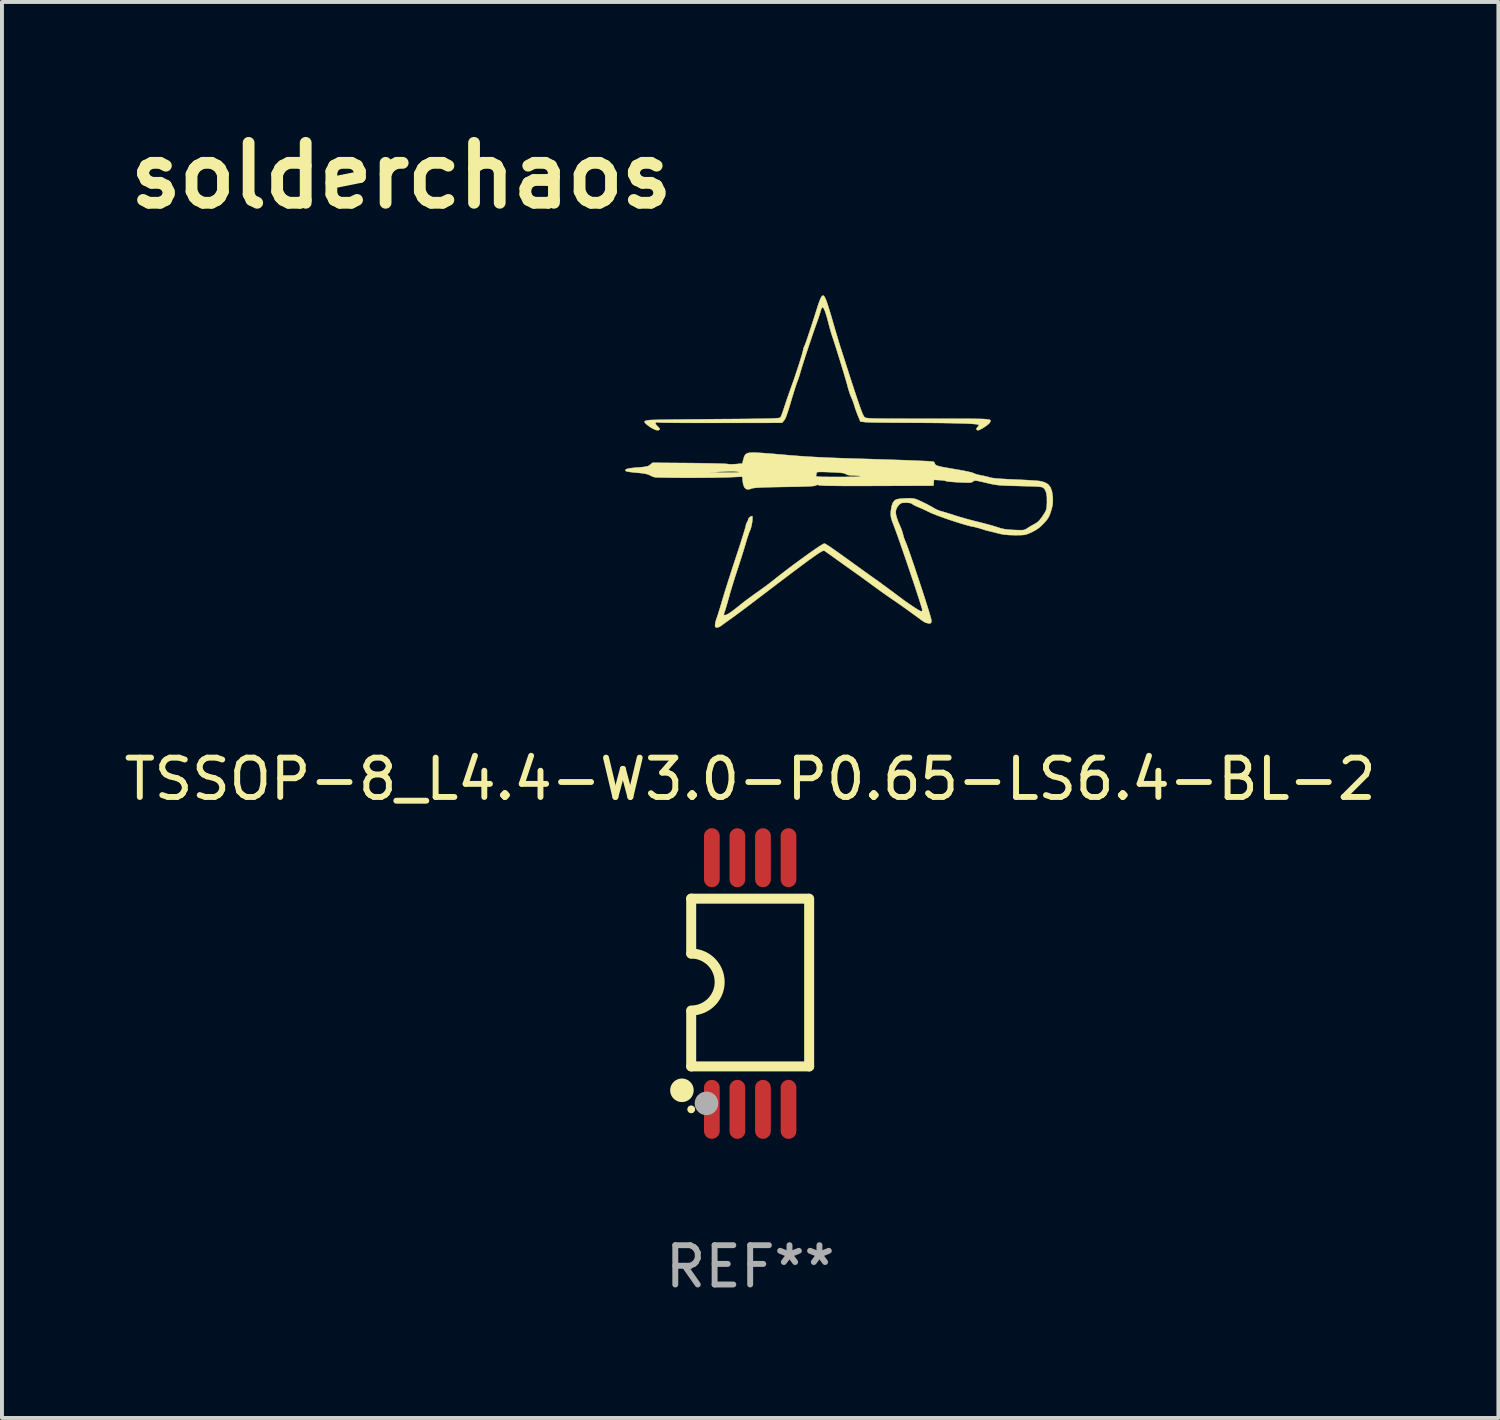
<source format=kicad_pcb>
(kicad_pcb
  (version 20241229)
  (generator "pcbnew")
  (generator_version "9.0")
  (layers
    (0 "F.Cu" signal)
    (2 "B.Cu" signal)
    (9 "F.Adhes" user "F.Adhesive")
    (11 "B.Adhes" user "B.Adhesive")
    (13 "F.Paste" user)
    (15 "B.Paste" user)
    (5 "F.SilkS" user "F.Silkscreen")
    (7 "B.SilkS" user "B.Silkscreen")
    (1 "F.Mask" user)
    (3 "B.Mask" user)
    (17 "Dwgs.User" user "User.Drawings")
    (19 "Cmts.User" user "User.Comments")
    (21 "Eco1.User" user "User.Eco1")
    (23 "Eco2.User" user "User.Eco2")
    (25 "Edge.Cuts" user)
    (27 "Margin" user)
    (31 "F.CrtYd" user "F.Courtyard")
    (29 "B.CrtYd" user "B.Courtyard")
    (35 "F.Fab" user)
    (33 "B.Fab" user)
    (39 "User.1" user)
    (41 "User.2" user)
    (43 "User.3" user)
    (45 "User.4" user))
  (footprint "solderchaos"
    (layer "F.Cu")
    (at 7.156 1.418)
    (property "Reference" "solderchaos" (at 0 0 0) (layer "F.SilkS") (effects (font (size 1.524 1.524) (thickness 0.3))))
    (attr smd)
    (fp_poly (pts (xy 10.744 3.054) (xy 10.773 3.093) (xy 10.805 3.165) (xy 10.833 3.244) (xy 10.87 3.359) (xy 10.911 3.489) (xy 10.946 3.608) (xy 10.952 3.63) (xy 11.009 3.827) (xy 11.065 4.018) (xy 11.118 4.194) (xy 11.164 4.345) (xy 11.19 4.424) (xy 11.223 4.527) (xy 11.261 4.645) (xy 11.295 4.752) (xy 11.387 5.038) (xy 11.467 5.286) (xy 11.536 5.497) (xy 11.595 5.674) (xy 11.645 5.819) (xy 11.686 5.935) (xy 11.719 6.022) (xy 11.746 6.084) (xy 11.766 6.122) (xy 11.777 6.136) (xy 11.786 6.144) (xy 11.797 6.152) (xy 11.813 6.158) (xy 11.836 6.163) (xy 11.869 6.167) (xy 11.916 6.171) (xy 11.979 6.174) (xy 12.061 6.176) (xy 12.166 6.178) (xy 12.295 6.179) (xy 12.452 6.18) (xy 12.64 6.18) (xy 12.861 6.181) (xy 13.119 6.181) (xy 13.405 6.181) (xy 13.704 6.181) (xy 13.963 6.181) (xy 14.186 6.181) (xy 14.374 6.182) (xy 14.531 6.183) (xy 14.66 6.185) (xy 14.762 6.187) (xy 14.842 6.191) (xy 14.9 6.196) (xy 14.942 6.203) (xy 14.968 6.21) (xy 14.982 6.22) (xy 14.987 6.232) (xy 14.985 6.245) (xy 14.979 6.261) (xy 14.973 6.275) (xy 14.947 6.307) (xy 14.895 6.35) (xy 14.829 6.396) (xy 14.761 6.438) (xy 14.702 6.467) (xy 14.667 6.477) (xy 14.633 6.463) (xy 14.629 6.431) (xy 14.657 6.393) (xy 14.658 6.392) (xy 14.685 6.358) (xy 14.69 6.34) (xy 14.67 6.33) (xy 14.611 6.32) (xy 14.513 6.312) (xy 14.374 6.305) (xy 14.195 6.299) (xy 13.976 6.294) (xy 13.715 6.29) (xy 13.413 6.287) (xy 13.069 6.285) (xy 12.88 6.284) (xy 12.678 6.283) (xy 12.485 6.282) (xy 12.306 6.28) (xy 12.146 6.278) (xy 12.01 6.276) (xy 11.903 6.273) (xy 11.83 6.27) (xy 11.802 6.268) (xy 11.677 6.255) (xy 11.616 6.107) (xy 11.579 6.014) (xy 11.545 5.917) (xy 11.522 5.843) (xy 11.495 5.759) (xy 11.463 5.678) (xy 11.448 5.644) (xy 11.423 5.586) (xy 11.394 5.502) (xy 11.365 5.405) (xy 11.353 5.361) (xy 11.331 5.279) (xy 11.298 5.165) (xy 11.257 5.026) (xy 11.21 4.872) (xy 11.161 4.711) (xy 11.111 4.55) (xy 11.063 4.397) (xy 11.02 4.262) (xy 10.984 4.151) (xy 10.965 4.096) (xy 10.941 4.023) (xy 10.912 3.923) (xy 10.881 3.81) (xy 10.857 3.717) (xy 10.816 3.566) (xy 10.78 3.455) (xy 10.749 3.383) (xy 10.722 3.348) (xy 10.711 3.344) (xy 10.694 3.363) (xy 10.675 3.41) (xy 10.668 3.434) (xy 10.649 3.501) (xy 10.621 3.588) (xy 10.592 3.672) (xy 10.543 3.809) (xy 10.488 3.965) (xy 10.431 4.133) (xy 10.372 4.306) (xy 10.316 4.477) (xy 10.263 4.638) (xy 10.217 4.782) (xy 10.179 4.903) (xy 10.153 4.992) (xy 10.149 5.006) (xy 10.123 5.094) (xy 10.093 5.183) (xy 10.076 5.228) (xy 10.055 5.284) (xy 10.026 5.369) (xy 9.993 5.474) (xy 9.958 5.588) (xy 9.948 5.62) (xy 9.898 5.788) (xy 9.858 5.921) (xy 9.825 6.022) (xy 9.799 6.098) (xy 9.778 6.153) (xy 9.759 6.192) (xy 9.741 6.22) (xy 9.729 6.234) (xy 9.684 6.286) (xy 8.139 6.288) (xy 7.885 6.288) (xy 7.643 6.288) (xy 7.416 6.288) (xy 7.208 6.287) (xy 7.021 6.286) (xy 6.86 6.284) (xy 6.727 6.283) (xy 6.627 6.281) (xy 6.562 6.278) (xy 6.538 6.276) (xy 6.485 6.272) (xy 6.464 6.292) (xy 6.476 6.328) (xy 6.518 6.373) (xy 6.558 6.413) (xy 6.575 6.446) (xy 6.573 6.454) (xy 6.537 6.476) (xy 6.476 6.469) (xy 6.396 6.434) (xy 6.318 6.386) (xy 6.237 6.324) (xy 6.194 6.281) (xy 6.188 6.25) (xy 6.22 6.231) (xy 6.29 6.219) (xy 6.333 6.215) (xy 6.379 6.213) (xy 6.464 6.211) (xy 6.584 6.208) (xy 6.735 6.206) (xy 6.913 6.203) (xy 7.115 6.201) (xy 7.337 6.198) (xy 7.575 6.196) (xy 7.825 6.194) (xy 8.054 6.192) (xy 8.351 6.19) (xy 8.609 6.188) (xy 8.83 6.186) (xy 9.018 6.183) (xy 9.174 6.181) (xy 9.302 6.179) (xy 9.405 6.176) (xy 9.485 6.173) (xy 9.545 6.169) (xy 9.588 6.165) (xy 9.617 6.16) (xy 9.635 6.154) (xy 9.644 6.148) (xy 9.645 6.147) (xy 9.662 6.114) (xy 9.686 6.05) (xy 9.716 5.966) (xy 9.738 5.898) (xy 9.77 5.802) (xy 9.811 5.679) (xy 9.859 5.542) (xy 9.908 5.403) (xy 9.933 5.334) (xy 9.98 5.203) (xy 10.027 5.064) (xy 10.074 4.923) (xy 10.118 4.788) (xy 10.157 4.665) (xy 10.189 4.559) (xy 10.211 4.478) (xy 10.223 4.428) (xy 10.224 4.418) (xy 10.233 4.382) (xy 10.253 4.337) (xy 10.27 4.296) (xy 10.298 4.22) (xy 10.334 4.115) (xy 10.377 3.987) (xy 10.425 3.842) (xy 10.476 3.684) (xy 10.528 3.521) (xy 10.564 3.408) (xy 10.611 3.26) (xy 10.651 3.152) (xy 10.685 3.082) (xy 10.715 3.05) (xy 10.744 3.054)) (stroke (width 0.01) (type solid)) (fill yes) (layer "F.SilkS"))
    (fp_poly (pts (xy 9.003 7.044) (xy 9.086 7.048) (xy 9.2 7.055) (xy 9.336 7.065) (xy 9.483 7.077) (xy 9.631 7.09) (xy 9.641 7.091) (xy 9.884 7.112) (xy 10.117 7.13) (xy 10.346 7.146) (xy 10.582 7.159) (xy 10.832 7.171) (xy 11.104 7.182) (xy 11.406 7.192) (xy 11.557 7.197) (xy 11.869 7.206) (xy 12.162 7.215) (xy 12.433 7.224) (xy 12.68 7.232) (xy 12.901 7.24) (xy 13.092 7.248) (xy 13.253 7.255) (xy 13.379 7.261) (xy 13.469 7.267) (xy 13.521 7.271) (xy 13.531 7.273) (xy 13.562 7.294) (xy 13.568 7.309) (xy 13.572 7.333) (xy 13.588 7.353) (xy 13.619 7.371) (xy 13.672 7.388) (xy 13.75 7.407) (xy 13.859 7.427) (xy 14.004 7.452) (xy 14.053 7.46) (xy 14.189 7.483) (xy 14.313 7.507) (xy 14.418 7.528) (xy 14.498 7.547) (xy 14.545 7.562) (xy 14.552 7.565) (xy 14.598 7.585) (xy 14.669 7.606) (xy 14.746 7.622) (xy 14.834 7.64) (xy 14.919 7.66) (xy 14.974 7.676) (xy 15.028 7.688) (xy 15.123 7.699) (xy 15.257 7.71) (xy 15.428 7.72) (xy 15.588 7.727) (xy 15.741 7.734) (xy 15.888 7.741) (xy 16.021 7.749) (xy 16.131 7.757) (xy 16.212 7.764) (xy 16.245 7.768) (xy 16.363 7.799) (xy 16.451 7.849) (xy 16.512 7.925) (xy 16.55 8.03) (xy 16.569 8.17) (xy 16.57 8.184) (xy 16.572 8.286) (xy 16.565 8.37) (xy 16.547 8.456) (xy 16.523 8.535) (xy 16.492 8.627) (xy 16.459 8.696) (xy 16.416 8.759) (xy 16.354 8.829) (xy 16.333 8.851) (xy 16.242 8.939) (xy 16.153 9.004) (xy 16.049 9.061) (xy 16.034 9.068) (xy 15.963 9.1) (xy 15.906 9.122) (xy 15.852 9.135) (xy 15.789 9.141) (xy 15.706 9.143) (xy 15.613 9.144) (xy 15.465 9.14) (xy 15.344 9.13) (xy 15.235 9.111) (xy 15.187 9.099) (xy 15.097 9.076) (xy 15.013 9.055) (xy 14.951 9.04) (xy 14.944 9.039) (xy 14.882 9.023) (xy 14.802 8.999) (xy 14.743 8.98) (xy 14.659 8.955) (xy 14.576 8.934) (xy 14.531 8.925) (xy 14.458 8.91) (xy 14.354 8.882) (xy 14.227 8.844) (xy 14.085 8.799) (xy 13.938 8.751) (xy 13.792 8.7) (xy 13.658 8.652) (xy 13.542 8.607) (xy 13.453 8.569) (xy 13.43 8.558) (xy 13.334 8.511) (xy 13.239 8.467) (xy 13.158 8.432) (xy 13.131 8.421) (xy 13.065 8.393) (xy 13.013 8.364) (xy 12.996 8.349) (xy 12.957 8.329) (xy 12.882 8.319) (xy 12.837 8.319) (xy 12.762 8.32) (xy 12.715 8.329) (xy 12.681 8.35) (xy 12.644 8.39) (xy 12.638 8.397) (xy 12.599 8.456) (xy 12.579 8.52) (xy 12.578 8.594) (xy 12.598 8.685) (xy 12.638 8.799) (xy 12.701 8.943) (xy 12.701 8.943) (xy 12.73 9.018) (xy 12.757 9.105) (xy 12.763 9.131) (xy 12.784 9.207) (xy 12.81 9.277) (xy 12.82 9.298) (xy 12.838 9.342) (xy 12.868 9.419) (xy 12.906 9.526) (xy 12.952 9.656) (xy 13.003 9.805) (xy 13.059 9.969) (xy 13.116 10.142) (xy 13.175 10.319) (xy 13.233 10.495) (xy 13.289 10.667) (xy 13.341 10.828) (xy 13.387 10.974) (xy 13.426 11.099) (xy 13.456 11.2) (xy 13.475 11.271) (xy 13.483 11.307) (xy 13.483 11.308) (xy 13.48 11.36) (xy 13.465 11.383) (xy 13.425 11.388) (xy 13.412 11.388) (xy 13.329 11.367) (xy 13.25 11.319) (xy 13.146 11.241) (xy 13.021 11.15) (xy 12.886 11.052) (xy 12.751 10.956) (xy 12.624 10.867) (xy 12.516 10.792) (xy 12.467 10.759) (xy 12.383 10.702) (xy 12.278 10.628) (xy 12.162 10.545) (xy 12.048 10.462) (xy 12.013 10.437) (xy 11.9 10.354) (xy 11.779 10.266) (xy 11.664 10.182) (xy 11.566 10.113) (xy 11.544 10.097) (xy 11.454 10.033) (xy 11.342 9.954) (xy 11.221 9.867) (xy 11.102 9.782) (xy 11.066 9.756) (xy 10.97 9.687) (xy 10.885 9.626) (xy 10.817 9.578) (xy 10.773 9.548) (xy 10.76 9.539) (xy 10.748 9.537) (xy 10.728 9.541) (xy 10.698 9.554) (xy 10.658 9.577) (xy 10.604 9.611) (xy 10.535 9.658) (xy 10.449 9.718) (xy 10.344 9.794) (xy 10.219 9.886) (xy 10.071 9.997) (xy 9.898 10.127) (xy 9.698 10.278) (xy 9.47 10.451) (xy 9.212 10.647) (xy 9.031 10.785) (xy 8.893 10.89) (xy 8.758 10.992) (xy 8.632 11.086) (xy 8.521 11.168) (xy 8.431 11.234) (xy 8.367 11.28) (xy 8.354 11.289) (xy 8.276 11.344) (xy 8.204 11.396) (xy 8.151 11.436) (xy 8.143 11.443) (xy 8.088 11.477) (xy 8.036 11.493) (xy 8.031 11.493) (xy 7.994 11.486) (xy 7.981 11.456) (xy 7.98 11.431) (xy 7.987 11.375) (xy 8.006 11.301) (xy 8.022 11.256) (xy 8.042 11.198) (xy 8.07 11.109) (xy 8.105 10.998) (xy 8.142 10.875) (xy 8.168 10.784) (xy 8.201 10.676) (xy 8.244 10.536) (xy 8.296 10.371) (xy 8.354 10.19) (xy 8.415 10) (xy 8.478 9.809) (xy 8.518 9.686) (xy 8.574 9.516) (xy 8.626 9.357) (xy 8.671 9.215) (xy 8.709 9.093) (xy 8.738 8.997) (xy 8.756 8.932) (xy 8.763 8.902) (xy 8.763 8.901) (xy 8.776 8.848) (xy 8.794 8.815) (xy 8.819 8.768) (xy 8.826 8.737) (xy 8.844 8.701) (xy 8.884 8.669) (xy 8.923 8.657) (xy 8.933 8.676) (xy 8.933 8.725) (xy 8.927 8.792) (xy 8.915 8.867) (xy 8.899 8.939) (xy 8.881 8.997) (xy 8.875 9.011) (xy 8.852 9.064) (xy 8.823 9.146) (xy 8.791 9.245) (xy 8.765 9.335) (xy 8.736 9.432) (xy 8.697 9.559) (xy 8.652 9.704) (xy 8.603 9.855) (xy 8.554 10.004) (xy 8.552 10.012) (xy 8.502 10.163) (xy 8.452 10.323) (xy 8.404 10.479) (xy 8.362 10.619) (xy 8.331 10.732) (xy 8.3 10.843) (xy 8.27 10.947) (xy 8.244 11.032) (xy 8.226 11.089) (xy 8.223 11.097) (xy 8.205 11.147) (xy 8.204 11.17) (xy 8.225 11.176) (xy 8.239 11.176) (xy 8.275 11.166) (xy 8.329 11.137) (xy 8.405 11.085) (xy 8.505 11.009) (xy 8.633 10.907) (xy 8.649 10.894) (xy 8.714 10.842) (xy 8.804 10.775) (xy 8.905 10.7) (xy 9.008 10.626) (xy 9.019 10.619) (xy 9.122 10.546) (xy 9.202 10.488) (xy 9.269 10.44) (xy 9.332 10.392) (xy 9.402 10.338) (xy 9.489 10.27) (xy 9.557 10.216) (xy 9.7 10.105) (xy 9.848 9.991) (xy 9.999 9.878) (xy 10.147 9.769) (xy 10.288 9.667) (xy 10.418 9.574) (xy 10.534 9.494) (xy 10.63 9.429) (xy 10.704 9.383) (xy 10.75 9.359) (xy 10.762 9.356) (xy 10.782 9.363) (xy 10.821 9.386) (xy 10.882 9.425) (xy 10.967 9.483) (xy 11.078 9.561) (xy 11.217 9.66) (xy 11.386 9.781) (xy 11.558 9.906) (xy 11.669 9.986) (xy 11.783 10.068) (xy 11.889 10.144) (xy 11.977 10.206) (xy 12.001 10.223) (xy 12.084 10.282) (xy 12.167 10.341) (xy 12.257 10.407) (xy 12.36 10.483) (xy 12.483 10.574) (xy 12.631 10.685) (xy 12.677 10.719) (xy 12.801 10.811) (xy 12.921 10.895) (xy 13.029 10.968) (xy 13.119 11.026) (xy 13.186 11.064) (xy 13.213 11.077) (xy 13.242 11.077) (xy 13.25 11.045) (xy 13.25 11.043) (xy 13.244 11.012) (xy 13.224 10.946) (xy 13.194 10.849) (xy 13.155 10.725) (xy 13.107 10.58) (xy 13.054 10.417) (xy 12.995 10.242) (xy 12.933 10.059) (xy 12.87 9.872) (xy 12.806 9.686) (xy 12.744 9.506) (xy 12.685 9.335) (xy 12.63 9.18) (xy 12.581 9.043) (xy 12.539 8.93) (xy 12.513 8.861) (xy 12.478 8.768) (xy 12.458 8.699) (xy 12.449 8.639) (xy 12.449 8.575) (xy 12.452 8.53) (xy 12.471 8.404) (xy 12.504 8.314) (xy 12.553 8.256) (xy 12.589 8.236) (xy 12.637 8.224) (xy 12.714 8.214) (xy 12.807 8.208) (xy 12.85 8.206) (xy 12.939 8.205) (xy 13.005 8.208) (xy 13.061 8.218) (xy 13.12 8.238) (xy 13.196 8.272) (xy 13.257 8.301) (xy 13.352 8.347) (xy 13.441 8.394) (xy 13.512 8.433) (xy 13.542 8.452) (xy 13.616 8.493) (xy 13.698 8.525) (xy 13.716 8.53) (xy 13.772 8.546) (xy 13.857 8.571) (xy 13.961 8.603) (xy 14.073 8.639) (xy 14.097 8.647) (xy 14.235 8.689) (xy 14.393 8.734) (xy 14.549 8.776) (xy 14.668 8.805) (xy 14.795 8.837) (xy 14.927 8.872) (xy 15.049 8.906) (xy 15.145 8.936) (xy 15.244 8.967) (xy 15.333 8.988) (xy 15.429 9.001) (xy 15.546 9.009) (xy 15.589 9.011) (xy 15.697 9.015) (xy 15.772 9.016) (xy 15.824 9.012) (xy 15.861 9.003) (xy 15.894 8.986) (xy 15.924 8.966) (xy 15.993 8.922) (xy 16.075 8.876) (xy 16.11 8.857) (xy 16.174 8.818) (xy 16.23 8.766) (xy 16.289 8.691) (xy 16.314 8.653) (xy 16.363 8.578) (xy 16.394 8.52) (xy 16.41 8.466) (xy 16.418 8.399) (xy 16.422 8.322) (xy 16.421 8.175) (xy 16.404 8.063) (xy 16.37 7.983) (xy 16.339 7.946) (xy 16.322 7.934) (xy 16.299 7.924) (xy 16.266 7.916) (xy 16.215 7.91) (xy 16.144 7.906) (xy 16.045 7.901) (xy 15.916 7.898) (xy 15.749 7.894) (xy 15.73 7.893) (xy 15.558 7.889) (xy 15.422 7.885) (xy 15.313 7.88) (xy 15.224 7.874) (xy 15.147 7.866) (xy 15.076 7.855) (xy 15.003 7.841) (xy 14.921 7.822) (xy 14.874 7.811) (xy 14.759 7.784) (xy 14.678 7.766) (xy 14.623 7.757) (xy 14.587 7.756) (xy 14.564 7.762) (xy 14.546 7.775) (xy 14.542 7.778) (xy 14.522 7.792) (xy 14.496 7.802) (xy 14.454 7.807) (xy 14.392 7.808) (xy 14.301 7.805) (xy 14.188 7.8) (xy 14.076 7.793) (xy 13.979 7.786) (xy 13.905 7.778) (xy 13.861 7.771) (xy 13.854 7.768) (xy 13.823 7.758) (xy 13.763 7.749) (xy 13.69 7.744) (xy 13.548 7.736) (xy 13.542 7.811) (xy 13.536 7.885) (xy 12.101 7.89) (xy 11.781 7.891) (xy 11.502 7.891) (xy 11.264 7.891) (xy 11.065 7.889) (xy 10.904 7.887) (xy 10.78 7.885) (xy 10.693 7.881) (xy 10.64 7.877) (xy 10.623 7.873) (xy 10.578 7.862) (xy 10.547 7.878) (xy 10.528 7.886) (xy 10.489 7.892) (xy 10.427 7.898) (xy 10.339 7.903) (xy 10.22 7.907) (xy 10.068 7.911) (xy 9.879 7.914) (xy 9.749 7.916) (xy 9.523 7.92) (xy 9.337 7.924) (xy 9.188 7.929) (xy 9.074 7.935) (xy 8.993 7.941) (xy 8.943 7.948) (xy 8.926 7.953) (xy 8.838 7.98) (xy 8.773 7.972) (xy 8.726 7.928) (xy 8.696 7.847) (xy 8.687 7.786) (xy 8.672 7.656) (xy 8.3 7.672) (xy 8.19 7.675) (xy 8.056 7.678) (xy 7.901 7.681) (xy 7.732 7.682) (xy 7.554 7.683) (xy 7.372 7.684) (xy 7.191 7.684) (xy 7.018 7.683) (xy 6.857 7.681) (xy 6.714 7.679) (xy 6.595 7.677) (xy 6.505 7.674) (xy 6.448 7.67) (xy 6.435 7.668) (xy 6.381 7.648) (xy 6.362 7.639) (xy 10.549 7.639) (xy 10.56 7.647) (xy 10.585 7.653) (xy 10.631 7.657) (xy 10.701 7.66) (xy 10.8 7.661) (xy 10.932 7.662) (xy 11.102 7.662) (xy 11.11 7.662) (xy 11.261 7.662) (xy 11.397 7.66) (xy 11.513 7.658) (xy 11.603 7.655) (xy 11.662 7.651) (xy 11.684 7.647) (xy 11.684 7.646) (xy 11.664 7.639) (xy 11.612 7.632) (xy 11.538 7.627) (xy 11.512 7.626) (xy 11.409 7.621) (xy 11.342 7.608) (xy 11.304 7.589) (xy 11.28 7.575) (xy 11.24 7.565) (xy 11.176 7.557) (xy 11.084 7.55) (xy 10.957 7.544) (xy 10.914 7.542) (xy 10.784 7.537) (xy 10.69 7.535) (xy 10.626 7.536) (xy 10.588 7.54) (xy 10.568 7.548) (xy 10.562 7.559) (xy 10.562 7.562) (xy 10.555 7.612) (xy 10.549 7.629) (xy 10.549 7.639) (xy 6.362 7.639) (xy 6.319 7.618) (xy 6.316 7.616) (xy 6.258 7.593) (xy 6.166 7.574) (xy 6.038 7.558) (xy 6.009 7.555) (xy 5.945 7.55) (xy 7.842 7.55) (xy 8.255 7.55) (xy 8.394 7.55) (xy 8.495 7.549) (xy 8.559 7.547) (xy 8.591 7.544) (xy 8.592 7.539) (xy 8.568 7.532) (xy 8.557 7.53) (xy 8.466 7.52) (xy 8.334 7.52) (xy 8.162 7.528) (xy 8.144 7.529) (xy 7.842 7.55) (xy 5.945 7.55) (xy 5.884 7.544) (xy 5.796 7.533) (xy 5.739 7.523) (xy 5.709 7.511) (xy 5.698 7.497) (xy 5.7 7.486) (xy 5.719 7.467) (xy 5.767 7.451) (xy 5.848 7.438) (xy 5.964 7.425) (xy 6.061 7.418) (xy 6.162 7.409) (xy 6.232 7.398) (xy 6.28 7.384) (xy 6.317 7.362) (xy 6.329 7.352) (xy 6.389 7.302) (xy 7.306 7.309) (xy 7.502 7.311) (xy 7.686 7.314) (xy 7.855 7.317) (xy 8.003 7.32) (xy 8.126 7.324) (xy 8.219 7.327) (xy 8.277 7.331) (xy 8.292 7.333) (xy 8.348 7.34) (xy 8.429 7.34) (xy 8.517 7.335) (xy 8.518 7.335) (xy 8.675 7.32) (xy 8.699 7.218) (xy 8.723 7.141) (xy 8.753 7.089) (xy 8.8 7.059) (xy 8.87 7.045) (xy 8.971 7.043) (xy 9.003 7.044)) (stroke (width 0.01) (type solid)) (fill yes) (layer "F.SilkS")))
  (footprint "TSSOP-8_L4.4-W3.0-P0.65-LS6.4-BL-2"
    (layer "F.Cu")
    (at 16.03 21.965)
    (property "Reference" "TSSOP-8_L4.4-W3.0-P0.65-LS6.4-BL-2" (at -0.000076 -5.2 0) (layer "F.SilkS") (effects (font (size 1 1) (thickness 0.15))))
    (attr through_hole)
    (fp_line (start -1.5 -0.762) (end -1.5 -2.159) (stroke (width 0.254) (type solid)) (layer "F.SilkS"))
    (fp_line (start -1.5 2.108) (end -1.5 0.711) (stroke (width 0.254) (type solid)) (layer "F.SilkS"))
    (fp_line (start -1.5 2.108) (end 1.5 2.108) (stroke (width 0.254) (type solid)) (layer "F.SilkS"))
    (fp_line (start 1.463 -2.159) (end -1.5 -2.159) (stroke (width 0.254) (type solid)) (layer "F.SilkS"))
    (fp_line (start 1.5 2.108) (end 1.5 -2.159) (stroke (width 0.254) (type solid)) (layer "F.SilkS"))
    (fp_arc (start -1.734823 2.565405) (mid -1.736309 2.865424) (end -1.736944 2.565402) (stroke (width 0.3) (type solid)) (layer "F.SilkS"))
    (fp_arc (start -1.500152 -0.762002) (mid -0.776251 -0.038099) (end -1.500154 0.685802) (stroke (width 0.254) (type solid)) (layer "F.SilkS"))
    (fp_circle (center -1.5 3.2) (end -1.45 3.2) (stroke (width 0.1) (type solid)) (fill no) (layer "F.SilkS"))
    (fp_circle (center -1.112 3.048) (end -0.962 3.048) (stroke (width 0.3) (type solid)) (fill no) (layer "F.Fab"))
    (fp_text user "REF**" (at -0.000076 7.2 0) (layer "F.Fab") (effects (font (size 1 1) (thickness 0.15))))
    (pad "1" smd oval (at -0.975 3.2 180) (size 0.4 1.5) (layers "F.Cu" "F.Mask" "F.Paste"))
    (pad "2" smd oval (at -0.325 3.2 180) (size 0.4 1.5) (layers "F.Cu" "F.Mask" "F.Paste"))
    (pad "3" smd oval (at 0.325 3.2 180) (size 0.4 1.5) (layers "F.Cu" "F.Mask" "F.Paste"))
    (pad "4" smd oval (at 0.975 3.2 180) (size 0.4 1.5) (layers "F.Cu" "F.Mask" "F.Paste"))
    (pad "5" smd oval (at 0.975 -3.2 180) (size 0.4 1.5) (layers "F.Cu" "F.Mask" "F.Paste"))
    (pad "6" smd oval (at 0.325 -3.2 180) (size 0.4 1.5) (layers "F.Cu" "F.Mask" "F.Paste"))
    (pad "7" smd oval (at -0.325 -3.2 180) (size 0.4 1.5) (layers "F.Cu" "F.Mask" "F.Paste"))
    (pad "8" smd oval (at -0.975 -3.2 180) (size 0.4 1.5) (layers "F.Cu" "F.Mask" "F.Paste")))
  (gr_rect
    (start -3 -3)
    (end 35.06 33.014)
    (stroke (width 0.1) (type default))
    (fill no)
    (layer "Edge.Cuts")))
</source>
